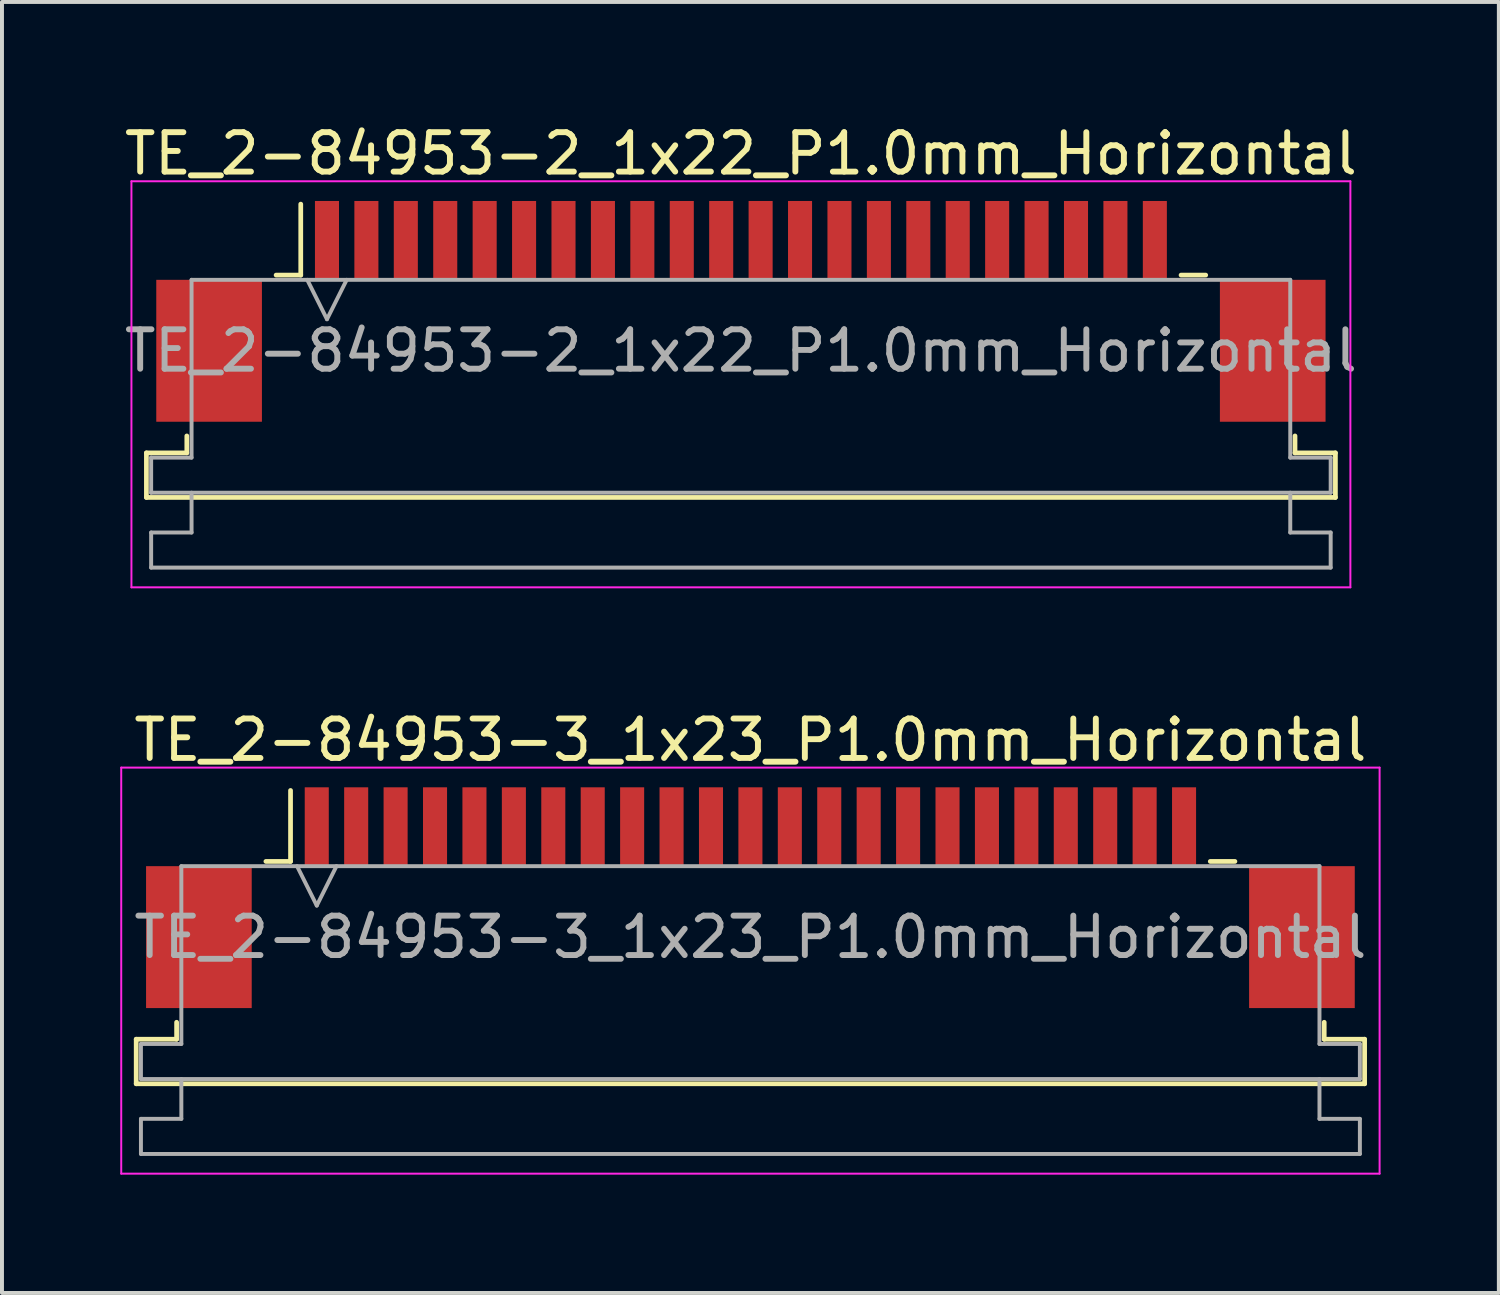
<source format=kicad_pcb>
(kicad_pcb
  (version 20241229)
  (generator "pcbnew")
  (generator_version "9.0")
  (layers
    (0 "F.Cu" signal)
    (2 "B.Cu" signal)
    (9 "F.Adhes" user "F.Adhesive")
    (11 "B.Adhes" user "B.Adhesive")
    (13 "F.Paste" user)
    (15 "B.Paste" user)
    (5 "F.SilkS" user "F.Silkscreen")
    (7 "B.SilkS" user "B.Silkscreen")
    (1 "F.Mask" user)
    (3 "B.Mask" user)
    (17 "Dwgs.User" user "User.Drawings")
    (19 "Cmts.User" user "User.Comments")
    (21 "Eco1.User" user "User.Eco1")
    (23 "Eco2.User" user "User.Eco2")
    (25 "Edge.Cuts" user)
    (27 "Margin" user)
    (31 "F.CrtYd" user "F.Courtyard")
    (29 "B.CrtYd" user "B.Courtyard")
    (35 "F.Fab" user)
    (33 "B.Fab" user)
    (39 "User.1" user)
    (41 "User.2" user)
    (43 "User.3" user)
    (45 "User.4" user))
  (footprint "TE_2-84953-3_1x23_P1.0mm_Horizontal"
    (layer "F.Cu")
    (at 15.985 19.721)
    (property "Reference" "TE_2-84953-3_1x23_P1.0mm_Horizontal" (at 0 -4 0) (layer "F.SilkS") (effects (font (size 1 1) (thickness 0.15))))
    (attr smd)
    (fp_line (start -15.58 3.59) (end -14.555 3.59) (stroke (width 0.12) (type solid)) (layer "F.SilkS"))
    (fp_line (start -15.58 4.72) (end -15.58 3.59) (stroke (width 0.12) (type solid)) (layer "F.SilkS"))
    (fp_line (start -14.555 3.59) (end -14.555 3.16) (stroke (width 0.12) (type solid)) (layer "F.SilkS"))
    (fp_line (start -12.29 -0.92) (end -11.665 -0.92) (stroke (width 0.12) (type solid)) (layer "F.SilkS"))
    (fp_line (start -11.665 -0.92) (end -11.665 -2.72) (stroke (width 0.12) (type solid)) (layer "F.SilkS"))
    (fp_line (start 11.665 -0.92) (end 12.29 -0.92) (stroke (width 0.12) (type solid)) (layer "F.SilkS"))
    (fp_line (start 14.555 3.16) (end 14.555 3.59) (stroke (width 0.12) (type solid)) (layer "F.SilkS"))
    (fp_line (start 14.555 3.59) (end 15.58 3.59) (stroke (width 0.12) (type solid)) (layer "F.SilkS"))
    (fp_line (start 15.58 3.59) (end 15.58 4.72) (stroke (width 0.12) (type solid)) (layer "F.SilkS"))
    (fp_line (start 15.58 4.72) (end -15.58 4.72) (stroke (width 0.12) (type solid)) (layer "F.SilkS"))
    (fp_line (start -15.96 -3.3) (end -15.96 7) (stroke (width 0.05) (type solid)) (layer "F.CrtYd"))
    (fp_line (start -15.96 7) (end 15.96 7) (stroke (width 0.05) (type solid)) (layer "F.CrtYd"))
    (fp_line (start 15.96 -3.3) (end -15.96 -3.3) (stroke (width 0.05) (type solid)) (layer "F.CrtYd"))
    (fp_line (start 15.96 7) (end 15.96 -3.3) (stroke (width 0.05) (type solid)) (layer "F.CrtYd"))
    (fp_line (start -15.46 3.71) (end -14.435 3.71) (stroke (width 0.1) (type solid)) (layer "F.Fab"))
    (fp_line (start -15.46 4.6) (end -15.46 3.71) (stroke (width 0.1) (type solid)) (layer "F.Fab"))
    (fp_line (start -15.46 5.61) (end -14.435 5.61) (stroke (width 0.1) (type solid)) (layer "F.Fab"))
    (fp_line (start -15.46 6.5) (end -15.46 5.61) (stroke (width 0.1) (type solid)) (layer "F.Fab"))
    (fp_line (start -14.435 -0.8) (end 14.435 -0.8) (stroke (width 0.1) (type solid)) (layer "F.Fab"))
    (fp_line (start -14.435 3.71) (end -14.435 -0.8) (stroke (width 0.1) (type solid)) (layer "F.Fab"))
    (fp_line (start -14.435 5.61) (end -14.435 4.6) (stroke (width 0.1) (type solid)) (layer "F.Fab"))
    (fp_line (start -11.5 -0.8) (end -11 0.2) (stroke (width 0.1) (type solid)) (layer "F.Fab"))
    (fp_line (start -11 0.2) (end -10.5 -0.8) (stroke (width 0.1) (type solid)) (layer "F.Fab"))
    (fp_line (start 14.435 -0.8) (end 14.435 3.71) (stroke (width 0.1) (type solid)) (layer "F.Fab"))
    (fp_line (start 14.435 3.71) (end 15.46 3.71) (stroke (width 0.1) (type solid)) (layer "F.Fab"))
    (fp_line (start 14.435 4.6) (end 14.435 5.61) (stroke (width 0.1) (type solid)) (layer "F.Fab"))
    (fp_line (start 14.435 5.61) (end 15.46 5.61) (stroke (width 0.1) (type solid)) (layer "F.Fab"))
    (fp_line (start 15.46 3.71) (end 15.46 4.6) (stroke (width 0.1) (type solid)) (layer "F.Fab"))
    (fp_line (start 15.46 4.6) (end -15.46 4.6) (stroke (width 0.1) (type solid)) (layer "F.Fab"))
    (fp_line (start 15.46 5.61) (end 15.46 6.5) (stroke (width 0.1) (type solid)) (layer "F.Fab"))
    (fp_line (start 15.46 6.5) (end -15.46 6.5) (stroke (width 0.1) (type solid)) (layer "F.Fab"))
    (fp_text user "${REFERENCE}" (at 0 1 0) (layer "F.Fab") (effects (font (size 1 1) (thickness 0.15))))
    (pad "" smd rect (at -13.99 1) (size 2.68 3.6) (layers "F.Cu" "F.Mask" "F.Paste"))
    (pad "" smd rect (at 13.99 1) (size 2.68 3.6) (layers "F.Cu" "F.Mask" "F.Paste"))
    (pad "1" smd rect (at -11 -1.8) (size 0.61 2) (layers "F.Cu" "F.Mask" "F.Paste"))
    (pad "2" smd rect (at -10 -1.8) (size 0.61 2) (layers "F.Cu" "F.Mask" "F.Paste"))
    (pad "3" smd rect (at -9 -1.8) (size 0.61 2) (layers "F.Cu" "F.Mask" "F.Paste"))
    (pad "4" smd rect (at -8 -1.8) (size 0.61 2) (layers "F.Cu" "F.Mask" "F.Paste"))
    (pad "5" smd rect (at -7 -1.8) (size 0.61 2) (layers "F.Cu" "F.Mask" "F.Paste"))
    (pad "6" smd rect (at -6 -1.8) (size 0.61 2) (layers "F.Cu" "F.Mask" "F.Paste"))
    (pad "7" smd rect (at -5 -1.8) (size 0.61 2) (layers "F.Cu" "F.Mask" "F.Paste"))
    (pad "8" smd rect (at -4 -1.8) (size 0.61 2) (layers "F.Cu" "F.Mask" "F.Paste"))
    (pad "9" smd rect (at -3 -1.8) (size 0.61 2) (layers "F.Cu" "F.Mask" "F.Paste"))
    (pad "10" smd rect (at -2 -1.8) (size 0.61 2) (layers "F.Cu" "F.Mask" "F.Paste"))
    (pad "11" smd rect (at -1 -1.8) (size 0.61 2) (layers "F.Cu" "F.Mask" "F.Paste"))
    (pad "12" smd rect (at 0 -1.8) (size 0.61 2) (layers "F.Cu" "F.Mask" "F.Paste"))
    (pad "13" smd rect (at 1 -1.8) (size 0.61 2) (layers "F.Cu" "F.Mask" "F.Paste"))
    (pad "14" smd rect (at 2 -1.8) (size 0.61 2) (layers "F.Cu" "F.Mask" "F.Paste"))
    (pad "15" smd rect (at 3 -1.8) (size 0.61 2) (layers "F.Cu" "F.Mask" "F.Paste"))
    (pad "16" smd rect (at 4 -1.8) (size 0.61 2) (layers "F.Cu" "F.Mask" "F.Paste"))
    (pad "17" smd rect (at 5 -1.8) (size 0.61 2) (layers "F.Cu" "F.Mask" "F.Paste"))
    (pad "18" smd rect (at 6 -1.8) (size 0.61 2) (layers "F.Cu" "F.Mask" "F.Paste"))
    (pad "19" smd rect (at 7 -1.8) (size 0.61 2) (layers "F.Cu" "F.Mask" "F.Paste"))
    (pad "20" smd rect (at 8 -1.8) (size 0.61 2) (layers "F.Cu" "F.Mask" "F.Paste"))
    (pad "21" smd rect (at 9 -1.8) (size 0.61 2) (layers "F.Cu" "F.Mask" "F.Paste"))
    (pad "22" smd rect (at 10 -1.8) (size 0.61 2) (layers "F.Cu" "F.Mask" "F.Paste"))
    (pad "23" smd rect (at 11 -1.8) (size 0.61 2) (layers "F.Cu" "F.Mask" "F.Paste")))
  (footprint "TE_2-84953-2_1x22_P1.0mm_Horizontal"
    (layer "F.Cu")
    (at 15.744 4.848)
    (property "Reference" "TE_2-84953-2_1x22_P1.0mm_Horizontal" (at 0 -4 0) (layer "F.SilkS") (effects (font (size 1 1) (thickness 0.15))))
    (attr smd)
    (fp_line (start -15.08 3.59) (end -14.055 3.59) (stroke (width 0.12) (type solid)) (layer "F.SilkS"))
    (fp_line (start -15.08 4.72) (end -15.08 3.59) (stroke (width 0.12) (type solid)) (layer "F.SilkS"))
    (fp_line (start -14.055 3.59) (end -14.055 3.16) (stroke (width 0.12) (type solid)) (layer "F.SilkS"))
    (fp_line (start -11.79 -0.92) (end -11.165 -0.92) (stroke (width 0.12) (type solid)) (layer "F.SilkS"))
    (fp_line (start -11.165 -0.92) (end -11.165 -2.72) (stroke (width 0.12) (type solid)) (layer "F.SilkS"))
    (fp_line (start 11.165 -0.92) (end 11.79 -0.92) (stroke (width 0.12) (type solid)) (layer "F.SilkS"))
    (fp_line (start 14.055 3.16) (end 14.055 3.59) (stroke (width 0.12) (type solid)) (layer "F.SilkS"))
    (fp_line (start 14.055 3.59) (end 15.08 3.59) (stroke (width 0.12) (type solid)) (layer "F.SilkS"))
    (fp_line (start 15.08 3.59) (end 15.08 4.72) (stroke (width 0.12) (type solid)) (layer "F.SilkS"))
    (fp_line (start 15.08 4.72) (end -15.08 4.72) (stroke (width 0.12) (type solid)) (layer "F.SilkS"))
    (fp_line (start -15.46 -3.3) (end -15.46 7) (stroke (width 0.05) (type solid)) (layer "F.CrtYd"))
    (fp_line (start -15.46 7) (end 15.46 7) (stroke (width 0.05) (type solid)) (layer "F.CrtYd"))
    (fp_line (start 15.46 -3.3) (end -15.46 -3.3) (stroke (width 0.05) (type solid)) (layer "F.CrtYd"))
    (fp_line (start 15.46 7) (end 15.46 -3.3) (stroke (width 0.05) (type solid)) (layer "F.CrtYd"))
    (fp_line (start -14.96 3.71) (end -13.935 3.71) (stroke (width 0.1) (type solid)) (layer "F.Fab"))
    (fp_line (start -14.96 4.6) (end -14.96 3.71) (stroke (width 0.1) (type solid)) (layer "F.Fab"))
    (fp_line (start -14.96 5.61) (end -13.935 5.61) (stroke (width 0.1) (type solid)) (layer "F.Fab"))
    (fp_line (start -14.96 6.5) (end -14.96 5.61) (stroke (width 0.1) (type solid)) (layer "F.Fab"))
    (fp_line (start -13.935 -0.8) (end 13.935 -0.8) (stroke (width 0.1) (type solid)) (layer "F.Fab"))
    (fp_line (start -13.935 3.71) (end -13.935 -0.8) (stroke (width 0.1) (type solid)) (layer "F.Fab"))
    (fp_line (start -13.935 5.61) (end -13.935 4.6) (stroke (width 0.1) (type solid)) (layer "F.Fab"))
    (fp_line (start -11 -0.8) (end -10.5 0.2) (stroke (width 0.1) (type solid)) (layer "F.Fab"))
    (fp_line (start -10.5 0.2) (end -10 -0.8) (stroke (width 0.1) (type solid)) (layer "F.Fab"))
    (fp_line (start 13.935 -0.8) (end 13.935 3.71) (stroke (width 0.1) (type solid)) (layer "F.Fab"))
    (fp_line (start 13.935 3.71) (end 14.96 3.71) (stroke (width 0.1) (type solid)) (layer "F.Fab"))
    (fp_line (start 13.935 4.6) (end 13.935 5.61) (stroke (width 0.1) (type solid)) (layer "F.Fab"))
    (fp_line (start 13.935 5.61) (end 14.96 5.61) (stroke (width 0.1) (type solid)) (layer "F.Fab"))
    (fp_line (start 14.96 3.71) (end 14.96 4.6) (stroke (width 0.1) (type solid)) (layer "F.Fab"))
    (fp_line (start 14.96 4.6) (end -14.96 4.6) (stroke (width 0.1) (type solid)) (layer "F.Fab"))
    (fp_line (start 14.96 5.61) (end 14.96 6.5) (stroke (width 0.1) (type solid)) (layer "F.Fab"))
    (fp_line (start 14.96 6.5) (end -14.96 6.5) (stroke (width 0.1) (type solid)) (layer "F.Fab"))
    (fp_text user "${REFERENCE}" (at 0 1 0) (layer "F.Fab") (effects (font (size 1 1) (thickness 0.15))))
    (pad "" smd rect (at -13.49 1) (size 2.68 3.6) (layers "F.Cu" "F.Mask" "F.Paste"))
    (pad "" smd rect (at 13.49 1) (size 2.68 3.6) (layers "F.Cu" "F.Mask" "F.Paste"))
    (pad "1" smd rect (at -10.5 -1.8) (size 0.61 2) (layers "F.Cu" "F.Mask" "F.Paste"))
    (pad "2" smd rect (at -9.5 -1.8) (size 0.61 2) (layers "F.Cu" "F.Mask" "F.Paste"))
    (pad "3" smd rect (at -8.5 -1.8) (size 0.61 2) (layers "F.Cu" "F.Mask" "F.Paste"))
    (pad "4" smd rect (at -7.5 -1.8) (size 0.61 2) (layers "F.Cu" "F.Mask" "F.Paste"))
    (pad "5" smd rect (at -6.5 -1.8) (size 0.61 2) (layers "F.Cu" "F.Mask" "F.Paste"))
    (pad "6" smd rect (at -5.5 -1.8) (size 0.61 2) (layers "F.Cu" "F.Mask" "F.Paste"))
    (pad "7" smd rect (at -4.5 -1.8) (size 0.61 2) (layers "F.Cu" "F.Mask" "F.Paste"))
    (pad "8" smd rect (at -3.5 -1.8) (size 0.61 2) (layers "F.Cu" "F.Mask" "F.Paste"))
    (pad "9" smd rect (at -2.5 -1.8) (size 0.61 2) (layers "F.Cu" "F.Mask" "F.Paste"))
    (pad "10" smd rect (at -1.5 -1.8) (size 0.61 2) (layers "F.Cu" "F.Mask" "F.Paste"))
    (pad "11" smd rect (at -0.5 -1.8) (size 0.61 2) (layers "F.Cu" "F.Mask" "F.Paste"))
    (pad "12" smd rect (at 0.5 -1.8) (size 0.61 2) (layers "F.Cu" "F.Mask" "F.Paste"))
    (pad "13" smd rect (at 1.5 -1.8) (size 0.61 2) (layers "F.Cu" "F.Mask" "F.Paste"))
    (pad "14" smd rect (at 2.5 -1.8) (size 0.61 2) (layers "F.Cu" "F.Mask" "F.Paste"))
    (pad "15" smd rect (at 3.5 -1.8) (size 0.61 2) (layers "F.Cu" "F.Mask" "F.Paste"))
    (pad "16" smd rect (at 4.5 -1.8) (size 0.61 2) (layers "F.Cu" "F.Mask" "F.Paste"))
    (pad "17" smd rect (at 5.5 -1.8) (size 0.61 2) (layers "F.Cu" "F.Mask" "F.Paste"))
    (pad "18" smd rect (at 6.5 -1.8) (size 0.61 2) (layers "F.Cu" "F.Mask" "F.Paste"))
    (pad "19" smd rect (at 7.5 -1.8) (size 0.61 2) (layers "F.Cu" "F.Mask" "F.Paste"))
    (pad "20" smd rect (at 8.5 -1.8) (size 0.61 2) (layers "F.Cu" "F.Mask" "F.Paste"))
    (pad "21" smd rect (at 9.5 -1.8) (size 0.61 2) (layers "F.Cu" "F.Mask" "F.Paste"))
    (pad "22" smd rect (at 10.5 -1.8) (size 0.61 2) (layers "F.Cu" "F.Mask" "F.Paste")))
  (gr_rect
    (start -3 -3)
    (end 34.97 29.747)
    (stroke (width 0.1) (type default))
    (fill no)
    (layer "Edge.Cuts")))
</source>
